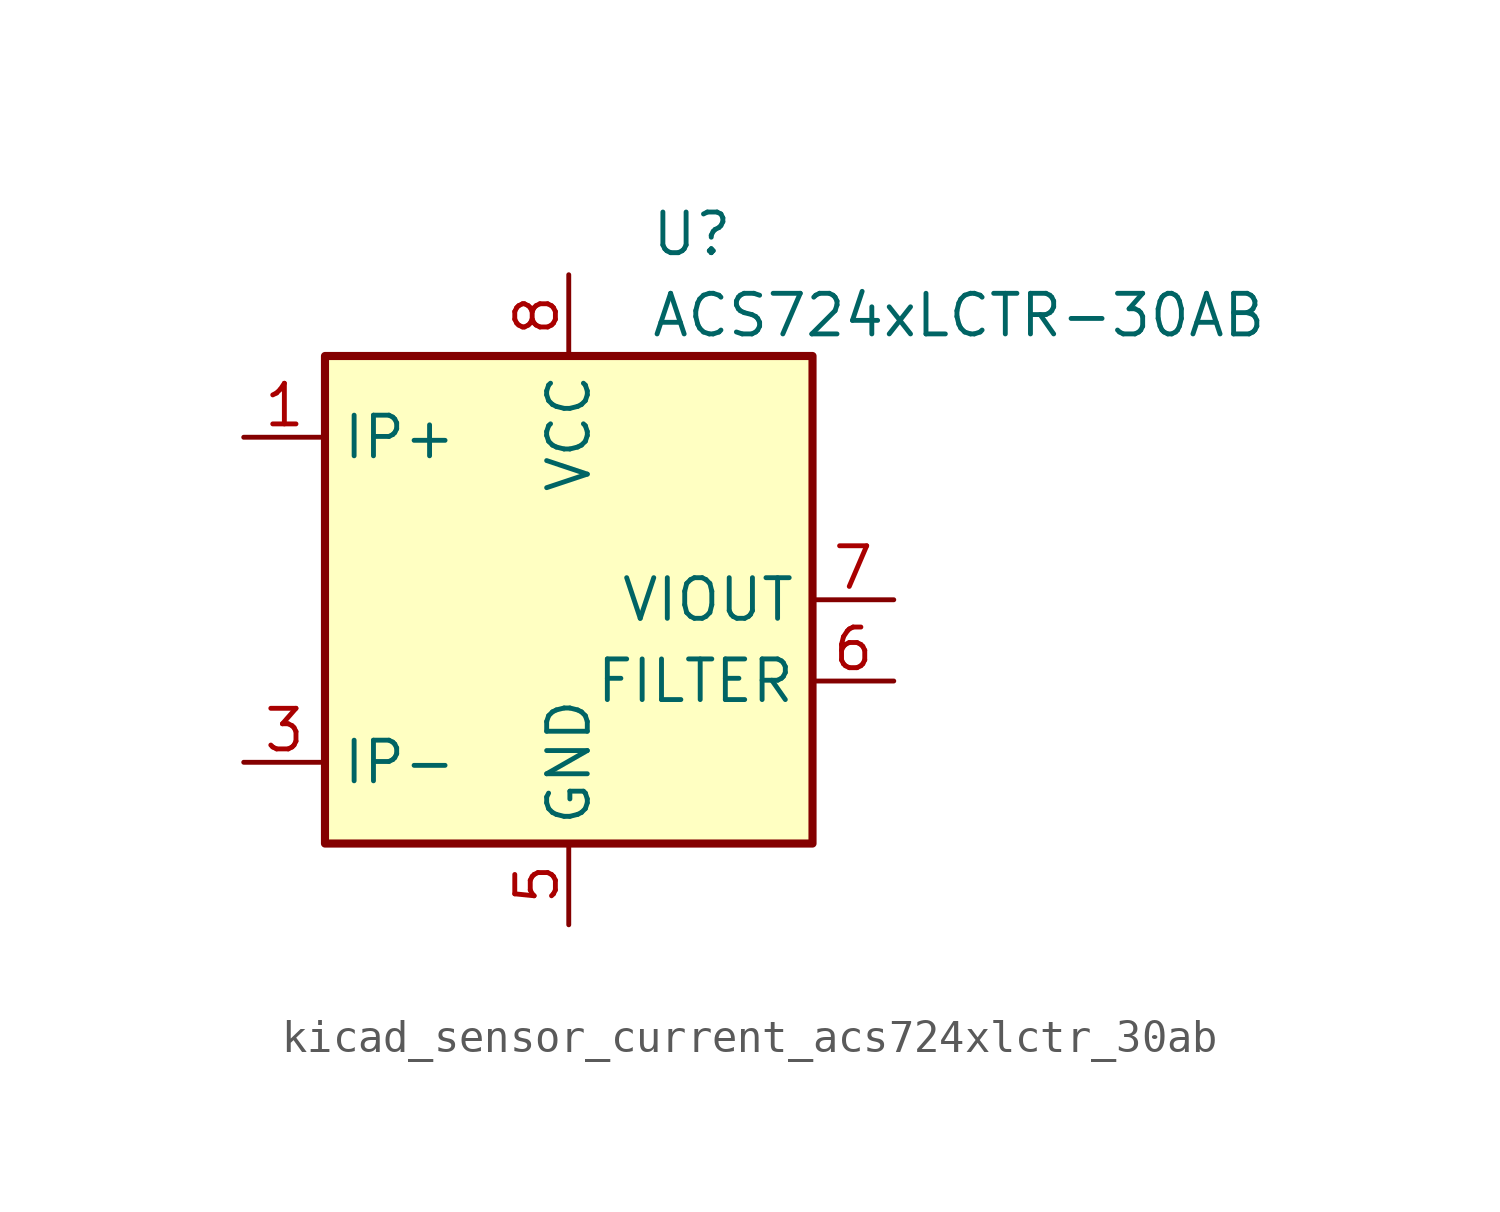
<source format=kicad_sym>
(kicad_symbol_lib
  (version 20220914)
  (generator kicad_symbol_editor)
  (symbol "kicad_sensor_current_acs724xlctr_30ab"
    (property "Reference" "U"
      (at 2.54 11.43 0)
      (effects (font (size 1.27 1.27)) (justify left)))
    (property "Value" "ACS724xLCTR-30AB"
      (at 2.54 8.89 0)
      (effects (font (size 1.27 1.27)) (justify left)))
    (symbol "kicad_sensor_current_acs724xlctr_30ab_0_1"
      (rectangle (start -7.62 7.62) (end 7.62 -7.62) (stroke (width 0.254) (type default)) (fill (type background))))
    (symbol "kicad_sensor_current_acs724xlctr_30ab_1_1"
      (pin passive line (at -10.16 5.08 0) (length 2.54) (name "IP+" (effects (font (size 1.27 1.27)))) (number "1" (effects (font (size 1.27 1.27)))))
      (pin passive line (at -10.16 5.08 0) (length 2.54) hide (name "IP+" (effects (font (size 1.27 1.27)))) (number "2" (effects (font (size 1.27 1.27)))))
      (pin passive line (at -10.16 -5.08 0) (length 2.54) (name "IP-" (effects (font (size 1.27 1.27)))) (number "3" (effects (font (size 1.27 1.27)))))
      (pin passive line (at -10.16 -5.08 0) (length 2.54) hide (name "IP-" (effects (font (size 1.27 1.27)))) (number "4" (effects (font (size 1.27 1.27)))))
      (pin power_in line (at 0 -10.16 90) (length 2.54) (name "GND" (effects (font (size 1.27 1.27)))) (number "5" (effects (font (size 1.27 1.27)))))
      (pin passive line (at 10.16 -2.54 180) (length 2.54) (name "FILTER" (effects (font (size 1.27 1.27)))) (number "6" (effects (font (size 1.27 1.27)))))
      (pin output line (at 10.16 0 180) (length 2.54) (name "VIOUT" (effects (font (size 1.27 1.27)))) (number "7" (effects (font (size 1.27 1.27)))))
      (pin power_in line (at 0 10.16 270) (length 2.54) (name "VCC" (effects (font (size 1.27 1.27)))) (number "8" (effects (font (size 1.27 1.27))))))))
</source>
